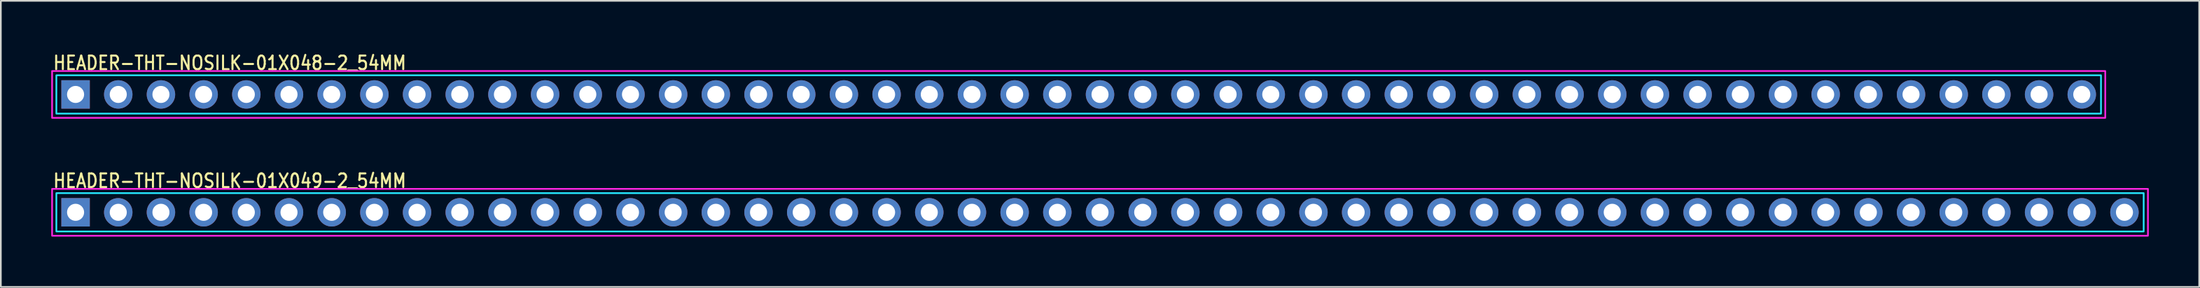
<source format=kicad_pcb>
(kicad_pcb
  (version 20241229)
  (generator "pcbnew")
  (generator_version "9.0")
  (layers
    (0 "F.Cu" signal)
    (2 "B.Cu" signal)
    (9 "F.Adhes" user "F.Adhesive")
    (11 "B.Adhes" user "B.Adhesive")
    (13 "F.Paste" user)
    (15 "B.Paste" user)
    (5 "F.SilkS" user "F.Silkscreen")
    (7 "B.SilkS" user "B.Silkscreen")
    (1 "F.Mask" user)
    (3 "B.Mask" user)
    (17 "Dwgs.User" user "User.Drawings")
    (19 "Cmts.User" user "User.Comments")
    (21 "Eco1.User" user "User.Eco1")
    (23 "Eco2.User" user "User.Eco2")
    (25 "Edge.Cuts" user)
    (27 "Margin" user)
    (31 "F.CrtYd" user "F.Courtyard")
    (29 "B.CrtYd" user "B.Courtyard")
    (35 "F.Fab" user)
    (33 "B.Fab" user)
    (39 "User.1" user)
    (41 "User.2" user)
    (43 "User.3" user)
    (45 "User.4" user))
  (footprint "HEADER-THT-NOSILK-01X049-2_54MM"
    (layer "F.Cu")
    (at 1.447 9.604)
    (property "Reference" "HEADER-THT-NOSILK-01X049-2_54MM" (at -1.4 -1.4 0) (unlocked yes) (layer "F.SilkS") (effects (font (size 0.813 0.695) (thickness 0.122)) (justify left bottom)))
    (fp_poly (pts (xy -1.143 -1.143) (xy 123.063 -1.143) (xy 123.063 1.143) (xy -1.143 1.143)) (stroke (width 0.1) (type solid)) (fill no) (layer "B.CrtYd"))
    (fp_poly (pts (xy -1.397 -1.397) (xy 123.317 -1.397) (xy 123.317 1.397) (xy -1.397 1.397)) (stroke (width 0.1) (type solid)) (fill no) (layer "F.CrtYd"))
    (pad "1" thru_hole rect (at 0 0) (size 1.693 1.693) (drill 1.016) (layers "*.Cu" "*.Mask"))
    (pad "2" thru_hole oval (at 2.54 0) (size 1.693 1.693) (drill 1.016) (layers "*.Cu" "*.Mask"))
    (pad "3" thru_hole oval (at 5.08 0) (size 1.693 1.693) (drill 1.016) (layers "*.Cu" "*.Mask"))
    (pad "4" thru_hole oval (at 7.62 0) (size 1.693 1.693) (drill 1.016) (layers "*.Cu" "*.Mask"))
    (pad "5" thru_hole oval (at 10.16 0) (size 1.693 1.693) (drill 1.016) (layers "*.Cu" "*.Mask"))
    (pad "6" thru_hole oval (at 12.7 0) (size 1.693 1.693) (drill 1.016) (layers "*.Cu" "*.Mask"))
    (pad "7" thru_hole oval (at 15.24 0) (size 1.693 1.693) (drill 1.016) (layers "*.Cu" "*.Mask"))
    (pad "8" thru_hole oval (at 17.78 0) (size 1.693 1.693) (drill 1.016) (layers "*.Cu" "*.Mask"))
    (pad "9" thru_hole oval (at 20.32 0) (size 1.693 1.693) (drill 1.016) (layers "*.Cu" "*.Mask"))
    (pad "10" thru_hole oval (at 22.86 0) (size 1.693 1.693) (drill 1.016) (layers "*.Cu" "*.Mask"))
    (pad "11" thru_hole oval (at 25.4 0) (size 1.693 1.693) (drill 1.016) (layers "*.Cu" "*.Mask"))
    (pad "12" thru_hole oval (at 27.94 0) (size 1.693 1.693) (drill 1.016) (layers "*.Cu" "*.Mask"))
    (pad "13" thru_hole oval (at 30.48 0) (size 1.693 1.693) (drill 1.016) (layers "*.Cu" "*.Mask"))
    (pad "14" thru_hole oval (at 33.02 0) (size 1.693 1.693) (drill 1.016) (layers "*.Cu" "*.Mask"))
    (pad "15" thru_hole oval (at 35.56 0) (size 1.693 1.693) (drill 1.016) (layers "*.Cu" "*.Mask"))
    (pad "16" thru_hole oval (at 38.1 0) (size 1.693 1.693) (drill 1.016) (layers "*.Cu" "*.Mask"))
    (pad "17" thru_hole oval (at 40.64 0) (size 1.693 1.693) (drill 1.016) (layers "*.Cu" "*.Mask"))
    (pad "18" thru_hole oval (at 43.18 0) (size 1.693 1.693) (drill 1.016) (layers "*.Cu" "*.Mask"))
    (pad "19" thru_hole oval (at 45.72 0) (size 1.693 1.693) (drill 1.016) (layers "*.Cu" "*.Mask"))
    (pad "20" thru_hole oval (at 48.26 0) (size 1.693 1.693) (drill 1.016) (layers "*.Cu" "*.Mask"))
    (pad "21" thru_hole oval (at 50.8 0) (size 1.693 1.693) (drill 1.016) (layers "*.Cu" "*.Mask"))
    (pad "22" thru_hole oval (at 53.34 0) (size 1.693 1.693) (drill 1.016) (layers "*.Cu" "*.Mask"))
    (pad "23" thru_hole oval (at 55.88 0) (size 1.693 1.693) (drill 1.016) (layers "*.Cu" "*.Mask"))
    (pad "24" thru_hole oval (at 58.42 0) (size 1.693 1.693) (drill 1.016) (layers "*.Cu" "*.Mask"))
    (pad "25" thru_hole oval (at 60.96 0) (size 1.693 1.693) (drill 1.016) (layers "*.Cu" "*.Mask"))
    (pad "26" thru_hole oval (at 63.5 0) (size 1.693 1.693) (drill 1.016) (layers "*.Cu" "*.Mask"))
    (pad "27" thru_hole oval (at 66.04 0) (size 1.693 1.693) (drill 1.016) (layers "*.Cu" "*.Mask"))
    (pad "28" thru_hole oval (at 68.58 0) (size 1.693 1.693) (drill 1.016) (layers "*.Cu" "*.Mask"))
    (pad "29" thru_hole oval (at 71.12 0) (size 1.693 1.693) (drill 1.016) (layers "*.Cu" "*.Mask"))
    (pad "30" thru_hole oval (at 73.66 0) (size 1.693 1.693) (drill 1.016) (layers "*.Cu" "*.Mask"))
    (pad "31" thru_hole oval (at 76.2 0) (size 1.693 1.693) (drill 1.016) (layers "*.Cu" "*.Mask"))
    (pad "32" thru_hole oval (at 78.74 0) (size 1.693 1.693) (drill 1.016) (layers "*.Cu" "*.Mask"))
    (pad "33" thru_hole oval (at 81.28 0) (size 1.693 1.693) (drill 1.016) (layers "*.Cu" "*.Mask"))
    (pad "34" thru_hole oval (at 83.82 0) (size 1.693 1.693) (drill 1.016) (layers "*.Cu" "*.Mask"))
    (pad "35" thru_hole oval (at 86.36 0) (size 1.693 1.693) (drill 1.016) (layers "*.Cu" "*.Mask"))
    (pad "36" thru_hole oval (at 88.9 0) (size 1.693 1.693) (drill 1.016) (layers "*.Cu" "*.Mask"))
    (pad "37" thru_hole oval (at 91.44 0) (size 1.693 1.693) (drill 1.016) (layers "*.Cu" "*.Mask"))
    (pad "38" thru_hole oval (at 93.98 0) (size 1.693 1.693) (drill 1.016) (layers "*.Cu" "*.Mask"))
    (pad "39" thru_hole oval (at 96.52 0) (size 1.693 1.693) (drill 1.016) (layers "*.Cu" "*.Mask"))
    (pad "40" thru_hole oval (at 99.06 0) (size 1.693 1.693) (drill 1.016) (layers "*.Cu" "*.Mask"))
    (pad "41" thru_hole oval (at 101.6 0) (size 1.693 1.693) (drill 1.016) (layers "*.Cu" "*.Mask"))
    (pad "42" thru_hole oval (at 104.14 0) (size 1.693 1.693) (drill 1.016) (layers "*.Cu" "*.Mask"))
    (pad "43" thru_hole oval (at 106.68 0) (size 1.693 1.693) (drill 1.016) (layers "*.Cu" "*.Mask"))
    (pad "44" thru_hole oval (at 109.22 0) (size 1.693 1.693) (drill 1.016) (layers "*.Cu" "*.Mask"))
    (pad "45" thru_hole oval (at 111.76 0) (size 1.693 1.693) (drill 1.016) (layers "*.Cu" "*.Mask"))
    (pad "46" thru_hole oval (at 114.3 0) (size 1.693 1.693) (drill 1.016) (layers "*.Cu" "*.Mask"))
    (pad "47" thru_hole oval (at 116.84 0) (size 1.693 1.693) (drill 1.016) (layers "*.Cu" "*.Mask"))
    (pad "48" thru_hole oval (at 119.38 0) (size 1.693 1.693) (drill 1.016) (layers "*.Cu" "*.Mask"))
    (pad "49" thru_hole oval (at 121.92 0) (size 1.693 1.693) (drill 1.016) (layers "*.Cu" "*.Mask")))
  (footprint "HEADER-THT-NOSILK-01X048-2_54MM"
    (layer "F.Cu")
    (at 1.447 2.579)
    (property "Reference" "HEADER-THT-NOSILK-01X048-2_54MM" (at -1.4 -1.4 0) (unlocked yes) (layer "F.SilkS") (effects (font (size 0.813 0.695) (thickness 0.122)) (justify left bottom)))
    (fp_poly (pts (xy -1.143 -1.143) (xy 120.523 -1.143) (xy 120.523 1.143) (xy -1.143 1.143)) (stroke (width 0.1) (type solid)) (fill no) (layer "B.CrtYd"))
    (fp_poly (pts (xy -1.397 -1.397) (xy 120.777 -1.397) (xy 120.777 1.397) (xy -1.397 1.397)) (stroke (width 0.1) (type solid)) (fill no) (layer "F.CrtYd"))
    (pad "1" thru_hole rect (at 0 0) (size 1.693 1.693) (drill 1.016) (layers "*.Cu" "*.Mask"))
    (pad "2" thru_hole oval (at 2.54 0) (size 1.693 1.693) (drill 1.016) (layers "*.Cu" "*.Mask"))
    (pad "3" thru_hole oval (at 5.08 0) (size 1.693 1.693) (drill 1.016) (layers "*.Cu" "*.Mask"))
    (pad "4" thru_hole oval (at 7.62 0) (size 1.693 1.693) (drill 1.016) (layers "*.Cu" "*.Mask"))
    (pad "5" thru_hole oval (at 10.16 0) (size 1.693 1.693) (drill 1.016) (layers "*.Cu" "*.Mask"))
    (pad "6" thru_hole oval (at 12.7 0) (size 1.693 1.693) (drill 1.016) (layers "*.Cu" "*.Mask"))
    (pad "7" thru_hole oval (at 15.24 0) (size 1.693 1.693) (drill 1.016) (layers "*.Cu" "*.Mask"))
    (pad "8" thru_hole oval (at 17.78 0) (size 1.693 1.693) (drill 1.016) (layers "*.Cu" "*.Mask"))
    (pad "9" thru_hole oval (at 20.32 0) (size 1.693 1.693) (drill 1.016) (layers "*.Cu" "*.Mask"))
    (pad "10" thru_hole oval (at 22.86 0) (size 1.693 1.693) (drill 1.016) (layers "*.Cu" "*.Mask"))
    (pad "11" thru_hole oval (at 25.4 0) (size 1.693 1.693) (drill 1.016) (layers "*.Cu" "*.Mask"))
    (pad "12" thru_hole oval (at 27.94 0) (size 1.693 1.693) (drill 1.016) (layers "*.Cu" "*.Mask"))
    (pad "13" thru_hole oval (at 30.48 0) (size 1.693 1.693) (drill 1.016) (layers "*.Cu" "*.Mask"))
    (pad "14" thru_hole oval (at 33.02 0) (size 1.693 1.693) (drill 1.016) (layers "*.Cu" "*.Mask"))
    (pad "15" thru_hole oval (at 35.56 0) (size 1.693 1.693) (drill 1.016) (layers "*.Cu" "*.Mask"))
    (pad "16" thru_hole oval (at 38.1 0) (size 1.693 1.693) (drill 1.016) (layers "*.Cu" "*.Mask"))
    (pad "17" thru_hole oval (at 40.64 0) (size 1.693 1.693) (drill 1.016) (layers "*.Cu" "*.Mask"))
    (pad "18" thru_hole oval (at 43.18 0) (size 1.693 1.693) (drill 1.016) (layers "*.Cu" "*.Mask"))
    (pad "19" thru_hole oval (at 45.72 0) (size 1.693 1.693) (drill 1.016) (layers "*.Cu" "*.Mask"))
    (pad "20" thru_hole oval (at 48.26 0) (size 1.693 1.693) (drill 1.016) (layers "*.Cu" "*.Mask"))
    (pad "21" thru_hole oval (at 50.8 0) (size 1.693 1.693) (drill 1.016) (layers "*.Cu" "*.Mask"))
    (pad "22" thru_hole oval (at 53.34 0) (size 1.693 1.693) (drill 1.016) (layers "*.Cu" "*.Mask"))
    (pad "23" thru_hole oval (at 55.88 0) (size 1.693 1.693) (drill 1.016) (layers "*.Cu" "*.Mask"))
    (pad "24" thru_hole oval (at 58.42 0) (size 1.693 1.693) (drill 1.016) (layers "*.Cu" "*.Mask"))
    (pad "25" thru_hole oval (at 60.96 0) (size 1.693 1.693) (drill 1.016) (layers "*.Cu" "*.Mask"))
    (pad "26" thru_hole oval (at 63.5 0) (size 1.693 1.693) (drill 1.016) (layers "*.Cu" "*.Mask"))
    (pad "27" thru_hole oval (at 66.04 0) (size 1.693 1.693) (drill 1.016) (layers "*.Cu" "*.Mask"))
    (pad "28" thru_hole oval (at 68.58 0) (size 1.693 1.693) (drill 1.016) (layers "*.Cu" "*.Mask"))
    (pad "29" thru_hole oval (at 71.12 0) (size 1.693 1.693) (drill 1.016) (layers "*.Cu" "*.Mask"))
    (pad "30" thru_hole oval (at 73.66 0) (size 1.693 1.693) (drill 1.016) (layers "*.Cu" "*.Mask"))
    (pad "31" thru_hole oval (at 76.2 0) (size 1.693 1.693) (drill 1.016) (layers "*.Cu" "*.Mask"))
    (pad "32" thru_hole oval (at 78.74 0) (size 1.693 1.693) (drill 1.016) (layers "*.Cu" "*.Mask"))
    (pad "33" thru_hole oval (at 81.28 0) (size 1.693 1.693) (drill 1.016) (layers "*.Cu" "*.Mask"))
    (pad "34" thru_hole oval (at 83.82 0) (size 1.693 1.693) (drill 1.016) (layers "*.Cu" "*.Mask"))
    (pad "35" thru_hole oval (at 86.36 0) (size 1.693 1.693) (drill 1.016) (layers "*.Cu" "*.Mask"))
    (pad "36" thru_hole oval (at 88.9 0) (size 1.693 1.693) (drill 1.016) (layers "*.Cu" "*.Mask"))
    (pad "37" thru_hole oval (at 91.44 0) (size 1.693 1.693) (drill 1.016) (layers "*.Cu" "*.Mask"))
    (pad "38" thru_hole oval (at 93.98 0) (size 1.693 1.693) (drill 1.016) (layers "*.Cu" "*.Mask"))
    (pad "39" thru_hole oval (at 96.52 0) (size 1.693 1.693) (drill 1.016) (layers "*.Cu" "*.Mask"))
    (pad "40" thru_hole oval (at 99.06 0) (size 1.693 1.693) (drill 1.016) (layers "*.Cu" "*.Mask"))
    (pad "41" thru_hole oval (at 101.6 0) (size 1.693 1.693) (drill 1.016) (layers "*.Cu" "*.Mask"))
    (pad "42" thru_hole oval (at 104.14 0) (size 1.693 1.693) (drill 1.016) (layers "*.Cu" "*.Mask"))
    (pad "43" thru_hole oval (at 106.68 0) (size 1.693 1.693) (drill 1.016) (layers "*.Cu" "*.Mask"))
    (pad "44" thru_hole oval (at 109.22 0) (size 1.693 1.693) (drill 1.016) (layers "*.Cu" "*.Mask"))
    (pad "45" thru_hole oval (at 111.76 0) (size 1.693 1.693) (drill 1.016) (layers "*.Cu" "*.Mask"))
    (pad "46" thru_hole oval (at 114.3 0) (size 1.693 1.693) (drill 1.016) (layers "*.Cu" "*.Mask"))
    (pad "47" thru_hole oval (at 116.84 0) (size 1.693 1.693) (drill 1.016) (layers "*.Cu" "*.Mask"))
    (pad "48" thru_hole oval (at 119.38 0) (size 1.693 1.693) (drill 1.016) (layers "*.Cu" "*.Mask")))
  (gr_rect
    (start -3 -3)
    (end 127.814 14.051)
    (stroke (width 0.1) (type default))
    (fill no)
    (layer "Edge.Cuts")))
</source>
